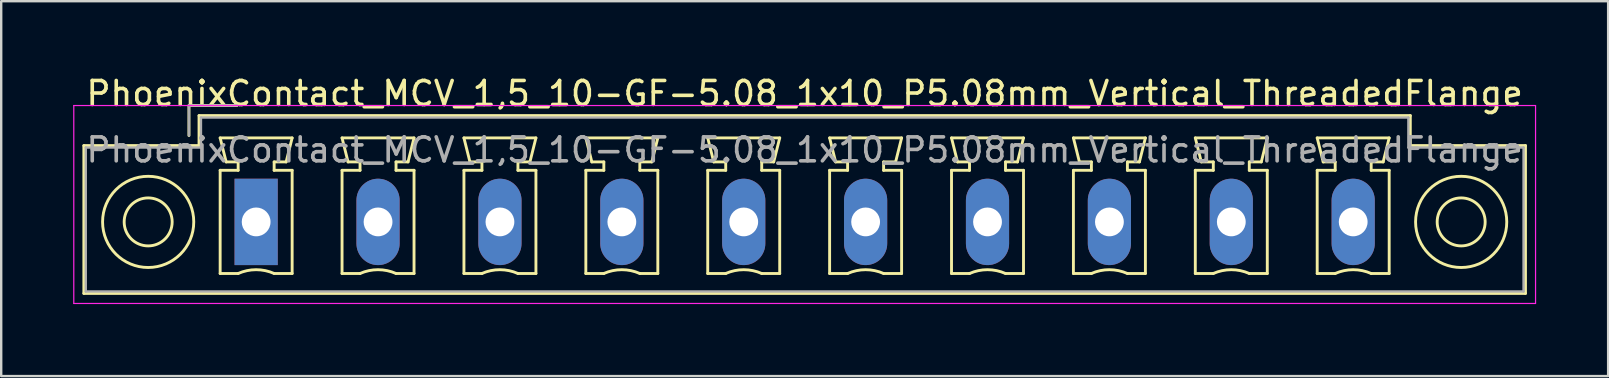
<source format=kicad_pcb>
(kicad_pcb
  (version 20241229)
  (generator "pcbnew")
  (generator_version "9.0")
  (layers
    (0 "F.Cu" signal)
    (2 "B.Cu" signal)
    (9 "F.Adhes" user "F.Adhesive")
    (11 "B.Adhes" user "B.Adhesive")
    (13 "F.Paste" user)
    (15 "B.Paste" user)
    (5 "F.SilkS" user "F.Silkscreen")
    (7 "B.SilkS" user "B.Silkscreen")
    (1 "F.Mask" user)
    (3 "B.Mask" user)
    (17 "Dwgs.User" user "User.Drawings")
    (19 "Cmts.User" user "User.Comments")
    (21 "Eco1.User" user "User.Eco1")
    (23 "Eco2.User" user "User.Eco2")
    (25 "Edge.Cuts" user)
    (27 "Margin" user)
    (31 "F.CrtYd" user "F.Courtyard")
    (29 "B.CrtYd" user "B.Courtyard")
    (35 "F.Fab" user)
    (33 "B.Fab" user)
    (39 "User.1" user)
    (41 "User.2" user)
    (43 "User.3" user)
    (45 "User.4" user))
  (footprint "PhoenixContact_MCV_1,5_10-GF-5.08_1x10_P5.08mm_Vertical_ThreadedFlange"
    (layer "F.Cu")
    (at 7.625 6.198)
    (property "Reference" "PhoenixContact_MCV_1,5_10-GF-5.08_1x10_P5.08mm_Vertical_ThreadedFlange" (at 22.86 -5.35 0) (layer "F.SilkS") (effects (font (size 1 1) (thickness 0.15))))
    (attr through_hole)
    (fp_line (start -7.18 -3.18) (end -7.18 2.98) (stroke (width 0.12) (type solid)) (layer "F.SilkS"))
    (fp_line (start -7.18 2.98) (end 52.9 2.98) (stroke (width 0.12) (type solid)) (layer "F.SilkS"))
    (fp_line (start -2.8 -4.85) (end -0.8 -4.85) (stroke (width 0.12) (type solid)) (layer "F.SilkS"))
    (fp_line (start -2.8 -3.6) (end -2.8 -4.85) (stroke (width 0.12) (type solid)) (layer "F.SilkS"))
    (fp_line (start -2.38 -4.43) (end -2.38 -3.18) (stroke (width 0.12) (type solid)) (layer "F.SilkS"))
    (fp_line (start -2.38 -3.18) (end -7.18 -3.18) (stroke (width 0.12) (type solid)) (layer "F.SilkS"))
    (fp_line (start -1.5 -3.5) (end 1.5 -3.5) (stroke (width 0.12) (type solid)) (layer "F.SilkS"))
    (fp_line (start -1.5 -2.15) (end -0.75 -2.15) (stroke (width 0.12) (type solid)) (layer "F.SilkS"))
    (fp_line (start -1.5 2.15) (end -1.5 -2.15) (stroke (width 0.12) (type solid)) (layer "F.SilkS"))
    (fp_line (start -1.25 -2.5) (end -1.5 -3.5) (stroke (width 0.12) (type solid)) (layer "F.SilkS"))
    (fp_line (start -0.75 -2.5) (end -1.25 -2.5) (stroke (width 0.12) (type solid)) (layer "F.SilkS"))
    (fp_line (start -0.75 -2.15) (end -0.75 -2.5) (stroke (width 0.12) (type solid)) (layer "F.SilkS"))
    (fp_line (start -0.75 2.15) (end -1.5 2.15) (stroke (width 0.12) (type solid)) (layer "F.SilkS"))
    (fp_line (start 0.75 -2.5) (end 0.75 -2.15) (stroke (width 0.12) (type solid)) (layer "F.SilkS"))
    (fp_line (start 0.75 -2.15) (end 1.5 -2.15) (stroke (width 0.12) (type solid)) (layer "F.SilkS"))
    (fp_line (start 1.25 -2.5) (end 0.75 -2.5) (stroke (width 0.12) (type solid)) (layer "F.SilkS"))
    (fp_line (start 1.5 -3.5) (end 1.25 -2.5) (stroke (width 0.12) (type solid)) (layer "F.SilkS"))
    (fp_line (start 1.5 -2.15) (end 1.5 2.15) (stroke (width 0.12) (type solid)) (layer "F.SilkS"))
    (fp_line (start 1.5 2.15) (end 0.75 2.15) (stroke (width 0.12) (type solid)) (layer "F.SilkS"))
    (fp_line (start 3.58 -3.5) (end 6.58 -3.5) (stroke (width 0.12) (type solid)) (layer "F.SilkS"))
    (fp_line (start 3.58 -2.15) (end 4.33 -2.15) (stroke (width 0.12) (type solid)) (layer "F.SilkS"))
    (fp_line (start 3.58 2.15) (end 3.58 -2.15) (stroke (width 0.12) (type solid)) (layer "F.SilkS"))
    (fp_line (start 3.83 -2.5) (end 3.58 -3.5) (stroke (width 0.12) (type solid)) (layer "F.SilkS"))
    (fp_line (start 4.33 -2.5) (end 3.83 -2.5) (stroke (width 0.12) (type solid)) (layer "F.SilkS"))
    (fp_line (start 4.33 -2.15) (end 4.33 -2.5) (stroke (width 0.12) (type solid)) (layer "F.SilkS"))
    (fp_line (start 4.33 2.15) (end 3.58 2.15) (stroke (width 0.12) (type solid)) (layer "F.SilkS"))
    (fp_line (start 5.83 -2.5) (end 5.83 -2.15) (stroke (width 0.12) (type solid)) (layer "F.SilkS"))
    (fp_line (start 5.83 -2.15) (end 6.58 -2.15) (stroke (width 0.12) (type solid)) (layer "F.SilkS"))
    (fp_line (start 6.33 -2.5) (end 5.83 -2.5) (stroke (width 0.12) (type solid)) (layer "F.SilkS"))
    (fp_line (start 6.58 -3.5) (end 6.33 -2.5) (stroke (width 0.12) (type solid)) (layer "F.SilkS"))
    (fp_line (start 6.58 -2.15) (end 6.58 2.15) (stroke (width 0.12) (type solid)) (layer "F.SilkS"))
    (fp_line (start 6.58 2.15) (end 5.83 2.15) (stroke (width 0.12) (type solid)) (layer "F.SilkS"))
    (fp_line (start 8.66 -3.5) (end 11.66 -3.5) (stroke (width 0.12) (type solid)) (layer "F.SilkS"))
    (fp_line (start 8.66 -2.15) (end 9.41 -2.15) (stroke (width 0.12) (type solid)) (layer "F.SilkS"))
    (fp_line (start 8.66 2.15) (end 8.66 -2.15) (stroke (width 0.12) (type solid)) (layer "F.SilkS"))
    (fp_line (start 8.91 -2.5) (end 8.66 -3.5) (stroke (width 0.12) (type solid)) (layer "F.SilkS"))
    (fp_line (start 9.41 -2.5) (end 8.91 -2.5) (stroke (width 0.12) (type solid)) (layer "F.SilkS"))
    (fp_line (start 9.41 -2.15) (end 9.41 -2.5) (stroke (width 0.12) (type solid)) (layer "F.SilkS"))
    (fp_line (start 9.41 2.15) (end 8.66 2.15) (stroke (width 0.12) (type solid)) (layer "F.SilkS"))
    (fp_line (start 10.91 -2.5) (end 10.91 -2.15) (stroke (width 0.12) (type solid)) (layer "F.SilkS"))
    (fp_line (start 10.91 -2.15) (end 11.66 -2.15) (stroke (width 0.12) (type solid)) (layer "F.SilkS"))
    (fp_line (start 11.41 -2.5) (end 10.91 -2.5) (stroke (width 0.12) (type solid)) (layer "F.SilkS"))
    (fp_line (start 11.66 -3.5) (end 11.41 -2.5) (stroke (width 0.12) (type solid)) (layer "F.SilkS"))
    (fp_line (start 11.66 -2.15) (end 11.66 2.15) (stroke (width 0.12) (type solid)) (layer "F.SilkS"))
    (fp_line (start 11.66 2.15) (end 10.91 2.15) (stroke (width 0.12) (type solid)) (layer "F.SilkS"))
    (fp_line (start 13.74 -3.5) (end 16.74 -3.5) (stroke (width 0.12) (type solid)) (layer "F.SilkS"))
    (fp_line (start 13.74 -2.15) (end 14.49 -2.15) (stroke (width 0.12) (type solid)) (layer "F.SilkS"))
    (fp_line (start 13.74 2.15) (end 13.74 -2.15) (stroke (width 0.12) (type solid)) (layer "F.SilkS"))
    (fp_line (start 13.99 -2.5) (end 13.74 -3.5) (stroke (width 0.12) (type solid)) (layer "F.SilkS"))
    (fp_line (start 14.49 -2.5) (end 13.99 -2.5) (stroke (width 0.12) (type solid)) (layer "F.SilkS"))
    (fp_line (start 14.49 -2.15) (end 14.49 -2.5) (stroke (width 0.12) (type solid)) (layer "F.SilkS"))
    (fp_line (start 14.49 2.15) (end 13.74 2.15) (stroke (width 0.12) (type solid)) (layer "F.SilkS"))
    (fp_line (start 15.99 -2.5) (end 15.99 -2.15) (stroke (width 0.12) (type solid)) (layer "F.SilkS"))
    (fp_line (start 15.99 -2.15) (end 16.74 -2.15) (stroke (width 0.12) (type solid)) (layer "F.SilkS"))
    (fp_line (start 16.49 -2.5) (end 15.99 -2.5) (stroke (width 0.12) (type solid)) (layer "F.SilkS"))
    (fp_line (start 16.74 -3.5) (end 16.49 -2.5) (stroke (width 0.12) (type solid)) (layer "F.SilkS"))
    (fp_line (start 16.74 -2.15) (end 16.74 2.15) (stroke (width 0.12) (type solid)) (layer "F.SilkS"))
    (fp_line (start 16.74 2.15) (end 15.99 2.15) (stroke (width 0.12) (type solid)) (layer "F.SilkS"))
    (fp_line (start 18.82 -3.5) (end 21.82 -3.5) (stroke (width 0.12) (type solid)) (layer "F.SilkS"))
    (fp_line (start 18.82 -2.15) (end 19.57 -2.15) (stroke (width 0.12) (type solid)) (layer "F.SilkS"))
    (fp_line (start 18.82 2.15) (end 18.82 -2.15) (stroke (width 0.12) (type solid)) (layer "F.SilkS"))
    (fp_line (start 19.07 -2.5) (end 18.82 -3.5) (stroke (width 0.12) (type solid)) (layer "F.SilkS"))
    (fp_line (start 19.57 -2.5) (end 19.07 -2.5) (stroke (width 0.12) (type solid)) (layer "F.SilkS"))
    (fp_line (start 19.57 -2.15) (end 19.57 -2.5) (stroke (width 0.12) (type solid)) (layer "F.SilkS"))
    (fp_line (start 19.57 2.15) (end 18.82 2.15) (stroke (width 0.12) (type solid)) (layer "F.SilkS"))
    (fp_line (start 21.07 -2.5) (end 21.07 -2.15) (stroke (width 0.12) (type solid)) (layer "F.SilkS"))
    (fp_line (start 21.07 -2.15) (end 21.82 -2.15) (stroke (width 0.12) (type solid)) (layer "F.SilkS"))
    (fp_line (start 21.57 -2.5) (end 21.07 -2.5) (stroke (width 0.12) (type solid)) (layer "F.SilkS"))
    (fp_line (start 21.82 -3.5) (end 21.57 -2.5) (stroke (width 0.12) (type solid)) (layer "F.SilkS"))
    (fp_line (start 21.82 -2.15) (end 21.82 2.15) (stroke (width 0.12) (type solid)) (layer "F.SilkS"))
    (fp_line (start 21.82 2.15) (end 21.07 2.15) (stroke (width 0.12) (type solid)) (layer "F.SilkS"))
    (fp_line (start 23.9 -3.5) (end 26.9 -3.5) (stroke (width 0.12) (type solid)) (layer "F.SilkS"))
    (fp_line (start 23.9 -2.15) (end 24.65 -2.15) (stroke (width 0.12) (type solid)) (layer "F.SilkS"))
    (fp_line (start 23.9 2.15) (end 23.9 -2.15) (stroke (width 0.12) (type solid)) (layer "F.SilkS"))
    (fp_line (start 24.15 -2.5) (end 23.9 -3.5) (stroke (width 0.12) (type solid)) (layer "F.SilkS"))
    (fp_line (start 24.65 -2.5) (end 24.15 -2.5) (stroke (width 0.12) (type solid)) (layer "F.SilkS"))
    (fp_line (start 24.65 -2.15) (end 24.65 -2.5) (stroke (width 0.12) (type solid)) (layer "F.SilkS"))
    (fp_line (start 24.65 2.15) (end 23.9 2.15) (stroke (width 0.12) (type solid)) (layer "F.SilkS"))
    (fp_line (start 26.15 -2.5) (end 26.15 -2.15) (stroke (width 0.12) (type solid)) (layer "F.SilkS"))
    (fp_line (start 26.15 -2.15) (end 26.9 -2.15) (stroke (width 0.12) (type solid)) (layer "F.SilkS"))
    (fp_line (start 26.65 -2.5) (end 26.15 -2.5) (stroke (width 0.12) (type solid)) (layer "F.SilkS"))
    (fp_line (start 26.9 -3.5) (end 26.65 -2.5) (stroke (width 0.12) (type solid)) (layer "F.SilkS"))
    (fp_line (start 26.9 -2.15) (end 26.9 2.15) (stroke (width 0.12) (type solid)) (layer "F.SilkS"))
    (fp_line (start 26.9 2.15) (end 26.15 2.15) (stroke (width 0.12) (type solid)) (layer "F.SilkS"))
    (fp_line (start 28.98 -3.5) (end 31.98 -3.5) (stroke (width 0.12) (type solid)) (layer "F.SilkS"))
    (fp_line (start 28.98 -2.15) (end 29.73 -2.15) (stroke (width 0.12) (type solid)) (layer "F.SilkS"))
    (fp_line (start 28.98 2.15) (end 28.98 -2.15) (stroke (width 0.12) (type solid)) (layer "F.SilkS"))
    (fp_line (start 29.23 -2.5) (end 28.98 -3.5) (stroke (width 0.12) (type solid)) (layer "F.SilkS"))
    (fp_line (start 29.73 -2.5) (end 29.23 -2.5) (stroke (width 0.12) (type solid)) (layer "F.SilkS"))
    (fp_line (start 29.73 -2.15) (end 29.73 -2.5) (stroke (width 0.12) (type solid)) (layer "F.SilkS"))
    (fp_line (start 29.73 2.15) (end 28.98 2.15) (stroke (width 0.12) (type solid)) (layer "F.SilkS"))
    (fp_line (start 31.23 -2.5) (end 31.23 -2.15) (stroke (width 0.12) (type solid)) (layer "F.SilkS"))
    (fp_line (start 31.23 -2.15) (end 31.98 -2.15) (stroke (width 0.12) (type solid)) (layer "F.SilkS"))
    (fp_line (start 31.73 -2.5) (end 31.23 -2.5) (stroke (width 0.12) (type solid)) (layer "F.SilkS"))
    (fp_line (start 31.98 -3.5) (end 31.73 -2.5) (stroke (width 0.12) (type solid)) (layer "F.SilkS"))
    (fp_line (start 31.98 -2.15) (end 31.98 2.15) (stroke (width 0.12) (type solid)) (layer "F.SilkS"))
    (fp_line (start 31.98 2.15) (end 31.23 2.15) (stroke (width 0.12) (type solid)) (layer "F.SilkS"))
    (fp_line (start 34.06 -3.5) (end 37.06 -3.5) (stroke (width 0.12) (type solid)) (layer "F.SilkS"))
    (fp_line (start 34.06 -2.15) (end 34.81 -2.15) (stroke (width 0.12) (type solid)) (layer "F.SilkS"))
    (fp_line (start 34.06 2.15) (end 34.06 -2.15) (stroke (width 0.12) (type solid)) (layer "F.SilkS"))
    (fp_line (start 34.31 -2.5) (end 34.06 -3.5) (stroke (width 0.12) (type solid)) (layer "F.SilkS"))
    (fp_line (start 34.81 -2.5) (end 34.31 -2.5) (stroke (width 0.12) (type solid)) (layer "F.SilkS"))
    (fp_line (start 34.81 -2.15) (end 34.81 -2.5) (stroke (width 0.12) (type solid)) (layer "F.SilkS"))
    (fp_line (start 34.81 2.15) (end 34.06 2.15) (stroke (width 0.12) (type solid)) (layer "F.SilkS"))
    (fp_line (start 36.31 -2.5) (end 36.31 -2.15) (stroke (width 0.12) (type solid)) (layer "F.SilkS"))
    (fp_line (start 36.31 -2.15) (end 37.06 -2.15) (stroke (width 0.12) (type solid)) (layer "F.SilkS"))
    (fp_line (start 36.81 -2.5) (end 36.31 -2.5) (stroke (width 0.12) (type solid)) (layer "F.SilkS"))
    (fp_line (start 37.06 -3.5) (end 36.81 -2.5) (stroke (width 0.12) (type solid)) (layer "F.SilkS"))
    (fp_line (start 37.06 -2.15) (end 37.06 2.15) (stroke (width 0.12) (type solid)) (layer "F.SilkS"))
    (fp_line (start 37.06 2.15) (end 36.31 2.15) (stroke (width 0.12) (type solid)) (layer "F.SilkS"))
    (fp_line (start 39.14 -3.5) (end 42.14 -3.5) (stroke (width 0.12) (type solid)) (layer "F.SilkS"))
    (fp_line (start 39.14 -2.15) (end 39.89 -2.15) (stroke (width 0.12) (type solid)) (layer "F.SilkS"))
    (fp_line (start 39.14 2.15) (end 39.14 -2.15) (stroke (width 0.12) (type solid)) (layer "F.SilkS"))
    (fp_line (start 39.39 -2.5) (end 39.14 -3.5) (stroke (width 0.12) (type solid)) (layer "F.SilkS"))
    (fp_line (start 39.89 -2.5) (end 39.39 -2.5) (stroke (width 0.12) (type solid)) (layer "F.SilkS"))
    (fp_line (start 39.89 -2.15) (end 39.89 -2.5) (stroke (width 0.12) (type solid)) (layer "F.SilkS"))
    (fp_line (start 39.89 2.15) (end 39.14 2.15) (stroke (width 0.12) (type solid)) (layer "F.SilkS"))
    (fp_line (start 41.39 -2.5) (end 41.39 -2.15) (stroke (width 0.12) (type solid)) (layer "F.SilkS"))
    (fp_line (start 41.39 -2.15) (end 42.14 -2.15) (stroke (width 0.12) (type solid)) (layer "F.SilkS"))
    (fp_line (start 41.89 -2.5) (end 41.39 -2.5) (stroke (width 0.12) (type solid)) (layer "F.SilkS"))
    (fp_line (start 42.14 -3.5) (end 41.89 -2.5) (stroke (width 0.12) (type solid)) (layer "F.SilkS"))
    (fp_line (start 42.14 -2.15) (end 42.14 2.15) (stroke (width 0.12) (type solid)) (layer "F.SilkS"))
    (fp_line (start 42.14 2.15) (end 41.39 2.15) (stroke (width 0.12) (type solid)) (layer "F.SilkS"))
    (fp_line (start 44.22 -3.5) (end 47.22 -3.5) (stroke (width 0.12) (type solid)) (layer "F.SilkS"))
    (fp_line (start 44.22 -2.15) (end 44.97 -2.15) (stroke (width 0.12) (type solid)) (layer "F.SilkS"))
    (fp_line (start 44.22 2.15) (end 44.22 -2.15) (stroke (width 0.12) (type solid)) (layer "F.SilkS"))
    (fp_line (start 44.47 -2.5) (end 44.22 -3.5) (stroke (width 0.12) (type solid)) (layer "F.SilkS"))
    (fp_line (start 44.97 -2.5) (end 44.47 -2.5) (stroke (width 0.12) (type solid)) (layer "F.SilkS"))
    (fp_line (start 44.97 -2.15) (end 44.97 -2.5) (stroke (width 0.12) (type solid)) (layer "F.SilkS"))
    (fp_line (start 44.97 2.15) (end 44.22 2.15) (stroke (width 0.12) (type solid)) (layer "F.SilkS"))
    (fp_line (start 46.47 -2.5) (end 46.47 -2.15) (stroke (width 0.12) (type solid)) (layer "F.SilkS"))
    (fp_line (start 46.47 -2.15) (end 47.22 -2.15) (stroke (width 0.12) (type solid)) (layer "F.SilkS"))
    (fp_line (start 46.97 -2.5) (end 46.47 -2.5) (stroke (width 0.12) (type solid)) (layer "F.SilkS"))
    (fp_line (start 47.22 -3.5) (end 46.97 -2.5) (stroke (width 0.12) (type solid)) (layer "F.SilkS"))
    (fp_line (start 47.22 -2.15) (end 47.22 2.15) (stroke (width 0.12) (type solid)) (layer "F.SilkS"))
    (fp_line (start 47.22 2.15) (end 46.47 2.15) (stroke (width 0.12) (type solid)) (layer "F.SilkS"))
    (fp_line (start 48.1 -4.43) (end -2.38 -4.43) (stroke (width 0.12) (type solid)) (layer "F.SilkS"))
    (fp_line (start 48.1 -3.18) (end 48.1 -4.43) (stroke (width 0.12) (type solid)) (layer "F.SilkS"))
    (fp_line (start 52.9 -3.18) (end 48.1 -3.18) (stroke (width 0.12) (type solid)) (layer "F.SilkS"))
    (fp_line (start 52.9 2.98) (end 52.9 -3.18) (stroke (width 0.12) (type solid)) (layer "F.SilkS"))
    (fp_arc (start -0.75 2.15) (mid -0.000193 1.99191) (end 0.749647 2.149844) (stroke (width 0.12) (type solid)) (layer "F.SilkS"))
    (fp_arc (start 4.33 2.15) (mid 5.079807 1.99191) (end 5.829647 2.149844) (stroke (width 0.12) (type solid)) (layer "F.SilkS"))
    (fp_arc (start 9.41 2.15) (mid 10.159807 1.99191) (end 10.909647 2.149844) (stroke (width 0.12) (type solid)) (layer "F.SilkS"))
    (fp_arc (start 14.49 2.15) (mid 15.239807 1.99191) (end 15.989647 2.149844) (stroke (width 0.12) (type solid)) (layer "F.SilkS"))
    (fp_arc (start 19.57 2.15) (mid 20.319807 1.99191) (end 21.069647 2.149844) (stroke (width 0.12) (type solid)) (layer "F.SilkS"))
    (fp_arc (start 24.65 2.15) (mid 25.399807 1.99191) (end 26.149647 2.149844) (stroke (width 0.12) (type solid)) (layer "F.SilkS"))
    (fp_arc (start 29.73 2.15) (mid 30.479807 1.99191) (end 31.229647 2.149844) (stroke (width 0.12) (type solid)) (layer "F.SilkS"))
    (fp_arc (start 34.81 2.15) (mid 35.559807 1.99191) (end 36.309647 2.149844) (stroke (width 0.12) (type solid)) (layer "F.SilkS"))
    (fp_arc (start 39.89 2.15) (mid 40.639807 1.99191) (end 41.389647 2.149844) (stroke (width 0.12) (type solid)) (layer "F.SilkS"))
    (fp_arc (start 44.97 2.15) (mid 45.719807 1.99191) (end 46.469647 2.149844) (stroke (width 0.12) (type solid)) (layer "F.SilkS"))
    (fp_circle (center -4.5 0) (end -3.5 0) (stroke (width 0.12) (type solid)) (fill no) (layer "F.SilkS"))
    (fp_circle (center -4.5 0) (end -2.6 0) (stroke (width 0.12) (type solid)) (fill no) (layer "F.SilkS"))
    (fp_circle (center 50.22 0) (end 51.22 0) (stroke (width 0.12) (type solid)) (fill no) (layer "F.SilkS"))
    (fp_circle (center 50.22 0) (end 52.12 0) (stroke (width 0.12) (type solid)) (fill no) (layer "F.SilkS"))
    (fp_line (start -7.6 -4.85) (end -7.6 3.4) (stroke (width 0.05) (type solid)) (layer "F.CrtYd"))
    (fp_line (start -7.6 3.4) (end 53.32 3.4) (stroke (width 0.05) (type solid)) (layer "F.CrtYd"))
    (fp_line (start 53.32 -4.85) (end -7.6 -4.85) (stroke (width 0.05) (type solid)) (layer "F.CrtYd"))
    (fp_line (start 53.32 3.4) (end 53.32 -4.85) (stroke (width 0.05) (type solid)) (layer "F.CrtYd"))
    (fp_line (start -7.1 -3.1) (end -7.1 2.9) (stroke (width 0.1) (type solid)) (layer "F.Fab"))
    (fp_line (start -7.1 2.9) (end 52.82 2.9) (stroke (width 0.1) (type solid)) (layer "F.Fab"))
    (fp_line (start -2.8 -4.85) (end -0.8 -4.85) (stroke (width 0.1) (type solid)) (layer "F.Fab"))
    (fp_line (start -2.8 -3.6) (end -2.8 -4.85) (stroke (width 0.1) (type solid)) (layer "F.Fab"))
    (fp_line (start -2.3 -4.35) (end -2.3 -3.1) (stroke (width 0.1) (type solid)) (layer "F.Fab"))
    (fp_line (start -2.3 -3.1) (end -7.1 -3.1) (stroke (width 0.1) (type solid)) (layer "F.Fab"))
    (fp_line (start 48.02 -4.35) (end -2.3 -4.35) (stroke (width 0.1) (type solid)) (layer "F.Fab"))
    (fp_line (start 48.02 -3.1) (end 48.02 -4.35) (stroke (width 0.1) (type solid)) (layer "F.Fab"))
    (fp_line (start 52.82 -3.1) (end 48.02 -3.1) (stroke (width 0.1) (type solid)) (layer "F.Fab"))
    (fp_line (start 52.82 2.9) (end 52.82 -3.1) (stroke (width 0.1) (type solid)) (layer "F.Fab"))
    (fp_text user "${REFERENCE}" (at 22.86 -3 0) (layer "F.Fab") (effects (font (size 1 1) (thickness 0.15))))
    (pad "1" thru_hole rect (at 0 0) (size 1.8 3.6) (drill 1.2) (layers "*.Cu" "*.Mask"))
    (pad "2" thru_hole oval (at 5.08 0) (size 1.8 3.6) (drill 1.2) (layers "*.Cu" "*.Mask"))
    (pad "3" thru_hole oval (at 10.16 0) (size 1.8 3.6) (drill 1.2) (layers "*.Cu" "*.Mask"))
    (pad "4" thru_hole oval (at 15.24 0) (size 1.8 3.6) (drill 1.2) (layers "*.Cu" "*.Mask"))
    (pad "5" thru_hole oval (at 20.32 0) (size 1.8 3.6) (drill 1.2) (layers "*.Cu" "*.Mask"))
    (pad "6" thru_hole oval (at 25.4 0) (size 1.8 3.6) (drill 1.2) (layers "*.Cu" "*.Mask"))
    (pad "7" thru_hole oval (at 30.48 0) (size 1.8 3.6) (drill 1.2) (layers "*.Cu" "*.Mask"))
    (pad "8" thru_hole oval (at 35.56 0) (size 1.8 3.6) (drill 1.2) (layers "*.Cu" "*.Mask"))
    (pad "9" thru_hole oval (at 40.64 0) (size 1.8 3.6) (drill 1.2) (layers "*.Cu" "*.Mask"))
    (pad "10" thru_hole oval (at 45.72 0) (size 1.8 3.6) (drill 1.2) (layers "*.Cu" "*.Mask")))
  (gr_rect
    (start -3 -3)
    (end 63.97 12.623)
    (stroke (width 0.1) (type default))
    (fill no)
    (layer "Edge.Cuts")))
</source>
